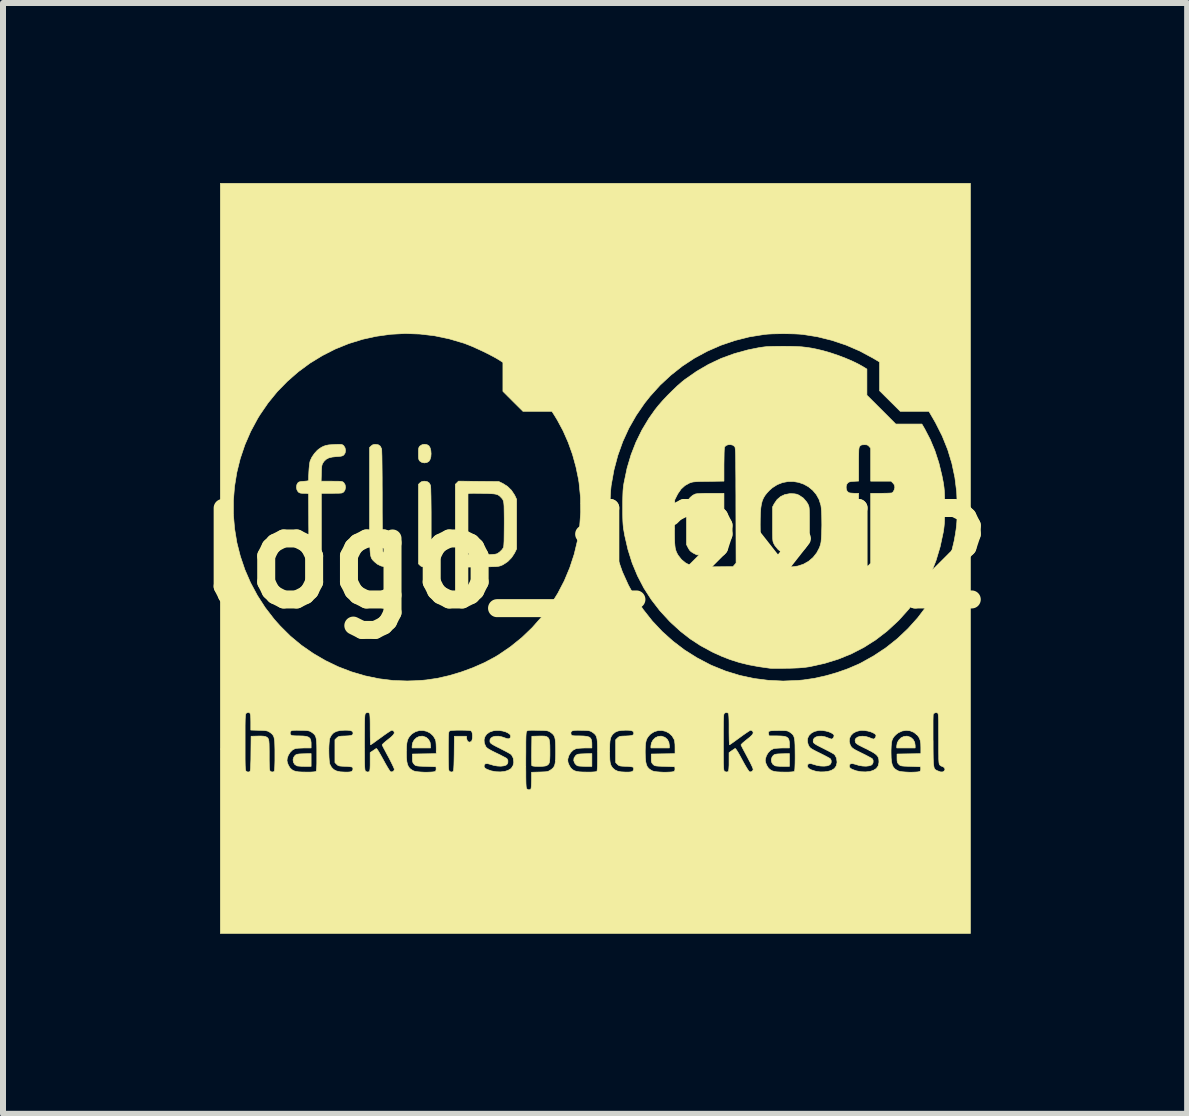
<source format=kicad_pcb>
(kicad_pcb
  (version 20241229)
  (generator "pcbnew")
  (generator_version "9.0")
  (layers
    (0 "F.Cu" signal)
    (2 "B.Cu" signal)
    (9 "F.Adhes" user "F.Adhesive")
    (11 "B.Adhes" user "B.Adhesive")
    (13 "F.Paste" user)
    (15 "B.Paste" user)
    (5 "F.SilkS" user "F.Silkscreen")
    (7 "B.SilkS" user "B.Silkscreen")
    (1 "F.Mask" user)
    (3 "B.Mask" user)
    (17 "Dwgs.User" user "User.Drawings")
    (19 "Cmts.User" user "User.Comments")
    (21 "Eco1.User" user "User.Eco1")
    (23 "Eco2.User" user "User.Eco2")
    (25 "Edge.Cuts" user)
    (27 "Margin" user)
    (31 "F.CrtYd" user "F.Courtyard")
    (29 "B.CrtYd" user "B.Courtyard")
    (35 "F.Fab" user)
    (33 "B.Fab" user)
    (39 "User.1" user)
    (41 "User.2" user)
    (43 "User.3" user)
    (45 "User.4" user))
  (footprint "logo_12x12"
    (layer "F.Cu")
    (at 6.865 6.249)
    (property "Reference" "logo_12x12" (at 0 0 0) (layer "F.SilkS") (effects (font (size 1.524 1.524) (thickness 0.3))))
    (attr through_hole)
    (fp_poly (pts (xy -2.868 2.969) (xy -2.815 2.987) (xy -2.775 3.022) (xy -2.749 3.069) (xy -2.741 3.122) (xy -2.741 3.164) (xy -3.048 3.164) (xy -3.048 3.131) (xy -3.039 3.078) (xy -3.014 3.032) (xy -2.976 2.995) (xy -2.93 2.973) (xy -2.88 2.967) (xy -2.868 2.969)) (stroke (width 0.01) (type solid)) (fill yes) (layer "F.SilkS"))
    (fp_poly (pts (xy 1.111 2.969) (xy 1.164 2.987) (xy 1.205 3.022) (xy 1.23 3.069) (xy 1.238 3.122) (xy 1.238 3.164) (xy 0.931 3.164) (xy 0.931 3.131) (xy 0.941 3.078) (xy 0.966 3.032) (xy 1.003 2.995) (xy 1.049 2.973) (xy 1.099 2.967) (xy 1.111 2.969)) (stroke (width 0.01) (type solid)) (fill yes) (layer "F.SilkS"))
    (fp_poly (pts (xy 5.207 2.969) (xy 5.26 2.987) (xy 5.3 3.022) (xy 5.326 3.069) (xy 5.334 3.122) (xy 5.334 3.164) (xy 5.027 3.164) (xy 5.027 3.131) (xy 5.036 3.078) (xy 5.062 3.032) (xy 5.099 2.995) (xy 5.145 2.973) (xy 5.195 2.967) (xy 5.207 2.969)) (stroke (width 0.01) (type solid)) (fill yes) (layer "F.SilkS"))
    (fp_poly (pts (xy -4.731 3.471) (xy -4.839 3.471) (xy -4.887 3.47) (xy -4.929 3.467) (xy -4.959 3.464) (xy -4.969 3.461) (xy -5.005 3.437) (xy -5.026 3.401) (xy -5.032 3.36) (xy -5.021 3.32) (xy -5.003 3.294) (xy -4.989 3.281) (xy -4.975 3.273) (xy -4.956 3.268) (xy -4.928 3.264) (xy -4.885 3.262) (xy -4.852 3.261) (xy -4.731 3.258) (xy -4.731 3.471)) (stroke (width 0.01) (type solid)) (fill yes) (layer "F.SilkS"))
    (fp_poly (pts (xy 3.239 3.471) (xy 3.13 3.471) (xy 3.082 3.47) (xy 3.04 3.467) (xy 3.011 3.464) (xy 3 3.461) (xy 2.964 3.437) (xy 2.943 3.401) (xy 2.937 3.36) (xy 2.948 3.32) (xy 2.966 3.294) (xy 2.98 3.281) (xy 2.994 3.273) (xy 3.013 3.268) (xy 3.042 3.264) (xy 3.084 3.262) (xy 3.117 3.261) (xy 3.239 3.258) (xy 3.239 3.471)) (stroke (width 0.01) (type solid)) (fill yes) (layer "F.SilkS"))
    (fp_poly (pts (xy -0.053 3.471) (xy -0.161 3.471) (xy -0.21 3.469) (xy -0.252 3.467) (xy -0.283 3.463) (xy -0.294 3.46) (xy -0.315 3.445) (xy -0.336 3.42) (xy -0.339 3.416) (xy -0.355 3.374) (xy -0.35 3.332) (xy -0.324 3.293) (xy -0.322 3.291) (xy -0.309 3.28) (xy -0.295 3.272) (xy -0.275 3.267) (xy -0.244 3.264) (xy -0.198 3.262) (xy -0.174 3.261) (xy -0.053 3.258) (xy -0.053 3.471)) (stroke (width 0.01) (type solid)) (fill yes) (layer "F.SilkS"))
    (fp_poly (pts (xy -2.799 -1.889) (xy -2.768 -1.87) (xy -2.748 -1.836) (xy -2.736 -1.79) (xy -2.732 -1.738) (xy -2.736 -1.686) (xy -2.75 -1.641) (xy -2.768 -1.613) (xy -2.802 -1.592) (xy -2.844 -1.586) (xy -2.885 -1.594) (xy -2.916 -1.613) (xy -2.928 -1.627) (xy -2.936 -1.643) (xy -2.94 -1.665) (xy -2.942 -1.698) (xy -2.942 -1.741) (xy -2.942 -1.789) (xy -2.94 -1.821) (xy -2.935 -1.841) (xy -2.927 -1.856) (xy -2.916 -1.868) (xy -2.882 -1.889) (xy -2.841 -1.896) (xy -2.799 -1.889)) (stroke (width 0.01) (type solid)) (fill yes) (layer "F.SilkS"))
    (fp_poly (pts (xy 2.148 -0.053) (xy 1.696 -0.053) (xy 1.639 -0.082) (xy 1.601 -0.106) (xy 1.575 -0.132) (xy 1.553 -0.168) (xy 1.524 -0.225) (xy 1.524 -0.559) (xy 1.524 -0.65) (xy 1.525 -0.733) (xy 1.527 -0.804) (xy 1.529 -0.863) (xy 1.531 -0.906) (xy 1.534 -0.931) (xy 1.535 -0.933) (xy 1.554 -0.972) (xy 1.587 -1.012) (xy 1.628 -1.046) (xy 1.669 -1.067) (xy 1.67 -1.067) (xy 1.698 -1.072) (xy 1.744 -1.075) (xy 1.808 -1.078) (xy 1.886 -1.079) (xy 1.93 -1.079) (xy 2.148 -1.079) (xy 2.148 -0.053)) (stroke (width 0.01) (type solid)) (fill yes) (layer "F.SilkS"))
    (fp_poly (pts (xy -0.839 2.967) (xy -0.805 2.976) (xy -0.781 2.993) (xy -0.765 3.021) (xy -0.757 3.063) (xy -0.753 3.12) (xy -0.752 3.195) (xy -0.752 3.217) (xy -0.752 3.29) (xy -0.754 3.344) (xy -0.757 3.384) (xy -0.763 3.412) (xy -0.773 3.431) (xy -0.787 3.445) (xy -0.806 3.457) (xy -0.812 3.46) (xy -0.833 3.465) (xy -0.868 3.469) (xy -0.91 3.471) (xy -0.955 3.471) (xy -0.996 3.47) (xy -1.03 3.466) (xy -1.05 3.461) (xy -1.054 3.458) (xy -1.055 3.444) (xy -1.056 3.412) (xy -1.056 3.365) (xy -1.057 3.307) (xy -1.056 3.24) (xy -1.056 3.207) (xy -1.053 2.969) (xy -0.948 2.966) (xy -0.886 2.965) (xy -0.839 2.967)) (stroke (width 0.01) (type solid)) (fill yes) (layer "F.SilkS"))
    (fp_poly (pts (xy -2.797 -1.274) (xy -2.764 -1.252) (xy -2.743 -1.215) (xy -2.742 -1.209) (xy -2.739 -1.19) (xy -2.737 -1.153) (xy -2.736 -1.099) (xy -2.734 -1.031) (xy -2.733 -0.951) (xy -2.732 -0.863) (xy -2.731 -0.767) (xy -2.731 -0.666) (xy -2.731 -0.563) (xy -2.731 -0.461) (xy -2.731 -0.361) (xy -2.732 -0.266) (xy -2.733 -0.178) (xy -2.734 -0.099) (xy -2.735 -0.033) (xy -2.737 0.019) (xy -2.739 0.054) (xy -2.741 0.069) (xy -2.758 0.111) (xy -2.787 0.137) (xy -2.831 0.148) (xy -2.843 0.148) (xy -2.881 0.144) (xy -2.908 0.13) (xy -2.916 0.122) (xy -2.942 0.096) (xy -2.942 -1.229) (xy -2.916 -1.255) (xy -2.89 -1.273) (xy -2.856 -1.28) (xy -2.844 -1.281) (xy -2.797 -1.274)) (stroke (width 0.01) (type solid)) (fill yes) (layer "F.SilkS"))
    (fp_poly (pts (xy 3.319 -1.071) (xy 3.356 -1.065) (xy 3.39 -1.052) (xy 3.403 -1.045) (xy 3.471 -0.999) (xy 3.525 -0.936) (xy 3.547 -0.9) (xy 3.554 -0.885) (xy 3.56 -0.87) (xy 3.565 -0.853) (xy 3.568 -0.831) (xy 3.57 -0.801) (xy 3.571 -0.76) (xy 3.572 -0.706) (xy 3.572 -0.635) (xy 3.572 -0.566) (xy 3.572 -0.28) (xy 3.543 -0.227) (xy 3.497 -0.16) (xy 3.434 -0.106) (xy 3.397 -0.084) (xy 3.355 -0.07) (xy 3.302 -0.06) (xy 3.247 -0.057) (xy 3.2 -0.06) (xy 3.191 -0.062) (xy 3.116 -0.093) (xy 3.052 -0.141) (xy 2.999 -0.205) (xy 2.983 -0.233) (xy 2.976 -0.248) (xy 2.97 -0.262) (xy 2.965 -0.279) (xy 2.962 -0.301) (xy 2.96 -0.331) (xy 2.959 -0.372) (xy 2.958 -0.427) (xy 2.958 -0.497) (xy 2.958 -0.566) (xy 2.958 -0.852) (xy 2.986 -0.906) (xy 3.033 -0.974) (xy 3.092 -1.025) (xy 3.162 -1.058) (xy 3.243 -1.073) (xy 3.27 -1.073) (xy 3.319 -1.071)) (stroke (width 0.01) (type solid)) (fill yes) (layer "F.SilkS"))
    (fp_poly (pts (xy -3.612 -1.888) (xy -3.58 -1.866) (xy -3.56 -1.828) (xy -3.555 -1.809) (xy -3.554 -1.791) (xy -3.553 -1.754) (xy -3.551 -1.699) (xy -3.55 -1.628) (xy -3.549 -1.543) (xy -3.548 -1.445) (xy -3.547 -1.336) (xy -3.547 -1.219) (xy -3.546 -1.094) (xy -3.546 -0.964) (xy -3.546 -0.944) (xy -3.546 -0.779) (xy -3.545 -0.631) (xy -3.544 -0.501) (xy -3.543 -0.387) (xy -3.542 -0.292) (xy -3.541 -0.216) (xy -3.539 -0.159) (xy -3.537 -0.123) (xy -3.535 -0.106) (xy -3.535 -0.106) (xy -3.52 -0.092) (xy -3.491 -0.075) (xy -3.466 -0.065) (xy -3.419 -0.046) (xy -3.388 -0.029) (xy -3.369 -0.012) (xy -3.357 0.01) (xy -3.354 0.017) (xy -3.348 0.064) (xy -3.36 0.102) (xy -3.389 0.13) (xy -3.432 0.145) (xy -3.465 0.148) (xy -3.509 0.143) (xy -3.557 0.134) (xy -3.572 0.129) (xy -3.628 0.101) (xy -3.674 0.063) (xy -3.688 0.049) (xy -3.701 0.036) (xy -3.712 0.023) (xy -3.721 0.009) (xy -3.729 -0.008) (xy -3.736 -0.03) (xy -3.741 -0.057) (xy -3.746 -0.091) (xy -3.749 -0.133) (xy -3.752 -0.185) (xy -3.754 -0.249) (xy -3.756 -0.325) (xy -3.756 -0.415) (xy -3.757 -0.521) (xy -3.757 -0.643) (xy -3.757 -0.784) (xy -3.757 -0.944) (xy -3.757 -0.971) (xy -3.757 -1.842) (xy -3.731 -1.868) (xy -3.705 -1.887) (xy -3.673 -1.894) (xy -3.658 -1.894) (xy -3.612 -1.888)) (stroke (width 0.01) (type solid)) (fill yes) (layer "F.SilkS"))
    (fp_poly (pts (xy -4.227 -1.893) (xy -4.21 -1.888) (xy -4.198 -1.881) (xy -4.186 -1.87) (xy -4.165 -1.835) (xy -4.158 -1.794) (xy -4.164 -1.752) (xy -4.184 -1.721) (xy -4.198 -1.709) (xy -4.217 -1.701) (xy -4.244 -1.696) (xy -4.286 -1.692) (xy -4.309 -1.691) (xy -4.381 -1.683) (xy -4.437 -1.669) (xy -4.479 -1.647) (xy -4.513 -1.615) (xy -4.527 -1.596) (xy -4.539 -1.576) (xy -4.547 -1.558) (xy -4.553 -1.535) (xy -4.556 -1.504) (xy -4.559 -1.46) (xy -4.56 -1.416) (xy -4.564 -1.281) (xy -4.387 -1.281) (xy -4.322 -1.28) (xy -4.275 -1.28) (xy -4.242 -1.278) (xy -4.22 -1.275) (xy -4.206 -1.271) (xy -4.195 -1.264) (xy -4.185 -1.255) (xy -4.164 -1.22) (xy -4.158 -1.178) (xy -4.166 -1.136) (xy -4.185 -1.105) (xy -4.196 -1.096) (xy -4.207 -1.089) (xy -4.222 -1.084) (xy -4.245 -1.082) (xy -4.279 -1.08) (xy -4.327 -1.08) (xy -4.386 -1.079) (xy -4.561 -1.079) (xy -4.561 0.096) (xy -4.587 0.122) (xy -4.622 0.143) (xy -4.665 0.149) (xy -4.708 0.141) (xy -4.738 0.123) (xy -4.768 0.097) (xy -4.77 -0.478) (xy -4.771 -0.587) (xy -4.771 -0.689) (xy -4.772 -0.783) (xy -4.772 -0.867) (xy -4.773 -0.939) (xy -4.773 -0.997) (xy -4.773 -1.038) (xy -4.773 -1.062) (xy -4.773 -1.066) (xy -4.781 -1.074) (xy -4.806 -1.078) (xy -4.848 -1.079) (xy -4.889 -1.08) (xy -4.915 -1.084) (xy -4.934 -1.093) (xy -4.948 -1.105) (xy -4.968 -1.139) (xy -4.975 -1.181) (xy -4.969 -1.222) (xy -4.954 -1.25) (xy -4.941 -1.263) (xy -4.922 -1.271) (xy -4.894 -1.276) (xy -4.854 -1.279) (xy -4.809 -1.283) (xy -4.781 -1.288) (xy -4.773 -1.295) (xy -4.772 -1.36) (xy -4.769 -1.428) (xy -4.765 -1.492) (xy -4.759 -1.549) (xy -4.753 -1.593) (xy -4.747 -1.619) (xy -4.718 -1.681) (xy -4.677 -1.741) (xy -4.63 -1.793) (xy -4.605 -1.814) (xy -4.563 -1.843) (xy -4.524 -1.863) (xy -4.483 -1.877) (xy -4.435 -1.886) (xy -4.374 -1.89) (xy -4.343 -1.892) (xy -4.288 -1.894) (xy -4.251 -1.894) (xy -4.227 -1.893)) (stroke (width 0.01) (type solid)) (fill yes) (layer "F.SilkS"))
    (fp_poly (pts (xy -1.939 -1.278) (xy -1.603 -1.275) (xy -1.533 -1.241) (xy -1.458 -1.193) (xy -1.393 -1.129) (xy -1.343 -1.054) (xy -1.335 -1.039) (xy -1.307 -0.979) (xy -1.307 -0.153) (xy -1.341 -0.083) (xy -1.39 -0.008) (xy -1.453 0.057) (xy -1.528 0.107) (xy -1.543 0.115) (xy -1.562 0.123) (xy -1.58 0.13) (xy -1.6 0.135) (xy -1.623 0.139) (xy -1.655 0.142) (xy -1.697 0.143) (xy -1.753 0.145) (xy -1.826 0.146) (xy -1.86 0.146) (xy -2.117 0.15) (xy -2.117 0.395) (xy -2.117 0.488) (xy -2.119 0.562) (xy -2.122 0.62) (xy -2.126 0.663) (xy -2.132 0.696) (xy -2.14 0.719) (xy -2.151 0.735) (xy -2.16 0.743) (xy -2.194 0.759) (xy -2.236 0.762) (xy -2.277 0.753) (xy -2.302 0.736) (xy -2.328 0.71) (xy -2.328 -0.556) (xy -2.117 -0.556) (xy -2.117 -0.456) (xy -2.117 -0.364) (xy -2.117 -0.279) (xy -2.117 -0.206) (xy -2.117 -0.145) (xy -2.117 -0.1) (xy -2.117 -0.071) (xy -2.117 -0.062) (xy -2.109 -0.058) (xy -2.085 -0.056) (xy -2.043 -0.054) (xy -1.983 -0.054) (xy -1.903 -0.055) (xy -1.886 -0.055) (xy -1.807 -0.056) (xy -1.746 -0.058) (xy -1.7 -0.061) (xy -1.667 -0.064) (xy -1.644 -0.069) (xy -1.628 -0.074) (xy -1.625 -0.076) (xy -1.586 -0.104) (xy -1.549 -0.141) (xy -1.525 -0.177) (xy -1.522 -0.194) (xy -1.519 -0.229) (xy -1.516 -0.284) (xy -1.515 -0.358) (xy -1.514 -0.453) (xy -1.513 -0.566) (xy -1.513 -0.667) (xy -1.514 -0.749) (xy -1.515 -0.814) (xy -1.516 -0.865) (xy -1.519 -0.904) (xy -1.523 -0.934) (xy -1.529 -0.956) (xy -1.536 -0.973) (xy -1.546 -0.988) (xy -1.558 -1.002) (xy -1.565 -1.009) (xy -1.584 -1.029) (xy -1.603 -1.044) (xy -1.624 -1.056) (xy -1.651 -1.064) (xy -1.686 -1.07) (xy -1.732 -1.073) (xy -1.793 -1.076) (xy -1.872 -1.077) (xy -1.886 -1.078) (xy -1.962 -1.079) (xy -2.019 -1.08) (xy -2.059 -1.079) (xy -2.087 -1.078) (xy -2.104 -1.076) (xy -2.113 -1.072) (xy -2.116 -1.067) (xy -2.117 -1.059) (xy -2.117 -1.044) (xy -2.117 -1.011) (xy -2.117 -0.96) (xy -2.117 -0.895) (xy -2.117 -0.818) (xy -2.117 -0.731) (xy -2.117 -0.635) (xy -2.117 -0.556) (xy -2.328 -0.556) (xy -2.328 -1.229) (xy -2.275 -1.282) (xy -1.939 -1.278)) (stroke (width 0.01) (type solid)) (fill yes) (layer "F.SilkS"))
    (fp_poly (pts (xy 3.258 -3.528) (xy 3.357 -3.525) (xy 3.444 -3.52) (xy 3.524 -3.511) (xy 3.603 -3.499) (xy 3.684 -3.483) (xy 3.773 -3.462) (xy 3.798 -3.456) (xy 3.923 -3.42) (xy 4.051 -3.377) (xy 4.176 -3.329) (xy 4.295 -3.278) (xy 4.402 -3.225) (xy 4.485 -3.177) (xy 4.53 -3.149) (xy 4.53 -2.931) (xy 4.53 -2.714) (xy 4.771 -2.474) (xy 5.011 -2.233) (xy 5.446 -2.233) (xy 5.494 -2.151) (xy 5.584 -1.978) (xy 5.663 -1.789) (xy 5.729 -1.586) (xy 5.781 -1.371) (xy 5.802 -1.264) (xy 5.809 -1.218) (xy 5.815 -1.175) (xy 5.819 -1.132) (xy 5.822 -1.083) (xy 5.824 -1.027) (xy 5.825 -0.958) (xy 5.825 -0.872) (xy 5.825 -0.847) (xy 5.825 -0.756) (xy 5.824 -0.683) (xy 5.823 -0.624) (xy 5.82 -0.574) (xy 5.816 -0.529) (xy 5.811 -0.487) (xy 5.804 -0.442) (xy 5.802 -0.429) (xy 5.75 -0.187) (xy 5.681 0.043) (xy 5.595 0.261) (xy 5.49 0.469) (xy 5.368 0.666) (xy 5.227 0.852) (xy 5.068 1.029) (xy 5.044 1.053) (xy 4.866 1.217) (xy 4.679 1.361) (xy 4.481 1.487) (xy 4.274 1.594) (xy 4.056 1.683) (xy 3.827 1.754) (xy 3.588 1.807) (xy 3.566 1.811) (xy 3.511 1.819) (xy 3.455 1.825) (xy 3.393 1.83) (xy 3.322 1.833) (xy 3.236 1.836) (xy 3.191 1.836) (xy 3.119 1.837) (xy 3.052 1.837) (xy 2.994 1.837) (xy 2.948 1.837) (xy 2.918 1.836) (xy 2.91 1.835) (xy 2.727 1.809) (xy 2.56 1.778) (xy 2.405 1.74) (xy 2.258 1.694) (xy 2.114 1.638) (xy 1.968 1.572) (xy 1.935 1.555) (xy 1.753 1.456) (xy 1.585 1.346) (xy 1.427 1.223) (xy 1.272 1.082) (xy 1.243 1.054) (xy 1.081 0.878) (xy 0.939 0.694) (xy 0.814 0.5) (xy 0.708 0.297) (xy 0.619 0.083) (xy 0.548 -0.143) (xy 0.493 -0.382) (xy 0.491 -0.394) (xy 1.324 -0.394) (xy 1.325 -0.319) (xy 1.327 -0.258) (xy 1.331 -0.209) (xy 1.336 -0.168) (xy 1.344 -0.135) (xy 1.354 -0.106) (xy 1.366 -0.08) (xy 1.381 -0.053) (xy 1.387 -0.043) (xy 1.441 0.025) (xy 1.509 0.081) (xy 1.587 0.121) (xy 1.645 0.137) (xy 1.666 0.14) (xy 1.706 0.142) (xy 1.761 0.143) (xy 1.827 0.144) (xy 1.902 0.145) (xy 1.982 0.145) (xy 1.993 0.145) (xy 2.298 0.143) (xy 2.324 0.113) (xy 2.35 0.083) (xy 2.348 -0.556) (xy 2.752 -0.556) (xy 2.753 -0.469) (xy 2.754 -0.4) (xy 2.756 -0.346) (xy 2.759 -0.304) (xy 2.763 -0.27) (xy 2.769 -0.242) (xy 2.771 -0.232) (xy 2.805 -0.14) (xy 2.857 -0.057) (xy 2.923 0.015) (xy 3.001 0.073) (xy 3.087 0.115) (xy 3.146 0.132) (xy 3.223 0.145) (xy 3.294 0.145) (xy 3.37 0.134) (xy 3.379 0.133) (xy 3.473 0.102) (xy 3.558 0.054) (xy 3.633 -0.01) (xy 3.694 -0.087) (xy 3.74 -0.174) (xy 3.759 -0.232) (xy 3.766 -0.27) (xy 3.771 -0.325) (xy 3.775 -0.392) (xy 3.777 -0.469) (xy 3.779 -0.55) (xy 3.778 -0.632) (xy 3.777 -0.71) (xy 3.774 -0.78) (xy 3.769 -0.838) (xy 3.763 -0.881) (xy 3.763 -0.881) (xy 3.733 -0.976) (xy 3.687 -1.059) (xy 3.628 -1.129) (xy 3.559 -1.186) (xy 4.184 -1.186) (xy 4.187 -1.147) (xy 4.201 -1.113) (xy 4.226 -1.091) (xy 4.23 -1.089) (xy 4.254 -1.084) (xy 4.291 -1.081) (xy 4.324 -1.079) (xy 4.392 -1.079) (xy 4.392 -0.494) (xy 4.392 -0.361) (xy 4.393 -0.248) (xy 4.393 -0.153) (xy 4.394 -0.075) (xy 4.395 -0.013) (xy 4.397 0.035) (xy 4.399 0.069) (xy 4.401 0.092) (xy 4.404 0.105) (xy 4.405 0.108) (xy 4.439 0.134) (xy 4.48 0.145) (xy 4.523 0.141) (xy 4.56 0.121) (xy 4.569 0.111) (xy 4.593 0.083) (xy 4.593 -1.079) (xy 4.762 -1.079) (xy 4.82 -1.08) (xy 4.872 -1.081) (xy 4.914 -1.083) (xy 4.94 -1.085) (xy 4.947 -1.086) (xy 4.967 -1.103) (xy 4.984 -1.134) (xy 4.994 -1.17) (xy 4.995 -1.186) (xy 4.986 -1.222) (xy 4.964 -1.25) (xy 4.933 -1.281) (xy 4.593 -1.281) (xy 4.593 -1.83) (xy 4.568 -1.859) (xy 4.549 -1.878) (xy 4.527 -1.887) (xy 4.495 -1.889) (xy 4.487 -1.889) (xy 4.452 -1.887) (xy 4.429 -1.88) (xy 4.412 -1.864) (xy 4.406 -1.855) (xy 4.401 -1.844) (xy 4.398 -1.827) (xy 4.395 -1.803) (xy 4.394 -1.769) (xy 4.393 -1.722) (xy 4.392 -1.659) (xy 4.392 -1.578) (xy 4.392 -1.561) (xy 4.392 -1.283) (xy 4.314 -1.279) (xy 4.265 -1.275) (xy 4.233 -1.267) (xy 4.213 -1.255) (xy 4.192 -1.225) (xy 4.184 -1.186) (xy 3.559 -1.186) (xy 3.558 -1.187) (xy 3.479 -1.231) (xy 3.394 -1.261) (xy 3.305 -1.276) (xy 3.214 -1.275) (xy 3.124 -1.258) (xy 3.037 -1.224) (xy 2.955 -1.172) (xy 2.905 -1.128) (xy 2.865 -1.085) (xy 2.832 -1.043) (xy 2.806 -1) (xy 2.786 -0.952) (xy 2.772 -0.898) (xy 2.762 -0.834) (xy 2.756 -0.756) (xy 2.753 -0.664) (xy 2.752 -0.556) (xy 2.348 -0.556) (xy 2.347 -0.878) (xy 2.347 -1.043) (xy 2.346 -1.187) (xy 2.346 -1.313) (xy 2.345 -1.422) (xy 2.344 -1.515) (xy 2.344 -1.594) (xy 2.343 -1.659) (xy 2.342 -1.712) (xy 2.341 -1.754) (xy 2.339 -1.787) (xy 2.337 -1.812) (xy 2.335 -1.83) (xy 2.333 -1.843) (xy 2.33 -1.852) (xy 2.327 -1.858) (xy 2.324 -1.861) (xy 2.294 -1.882) (xy 2.255 -1.891) (xy 2.215 -1.888) (xy 2.18 -1.874) (xy 2.159 -1.851) (xy 2.156 -1.836) (xy 2.153 -1.801) (xy 2.151 -1.752) (xy 2.15 -1.689) (xy 2.149 -1.617) (xy 2.148 -1.557) (xy 2.148 -1.282) (xy 1.892 -1.278) (xy 1.81 -1.277) (xy 1.747 -1.276) (xy 1.698 -1.274) (xy 1.661 -1.271) (xy 1.633 -1.268) (xy 1.611 -1.263) (xy 1.59 -1.256) (xy 1.575 -1.251) (xy 1.499 -1.209) (xy 1.434 -1.15) (xy 1.381 -1.074) (xy 1.368 -1.05) (xy 1.328 -0.97) (xy 1.325 -0.596) (xy 1.324 -0.486) (xy 1.324 -0.394) (xy 0.491 -0.394) (xy 0.485 -0.43) (xy 0.477 -0.476) (xy 0.471 -0.518) (xy 0.467 -0.562) (xy 0.464 -0.61) (xy 0.462 -0.666) (xy 0.461 -0.735) (xy 0.461 -0.82) (xy 0.461 -0.847) (xy 0.461 -0.937) (xy 0.462 -1.01) (xy 0.464 -1.069) (xy 0.466 -1.119) (xy 0.47 -1.163) (xy 0.475 -1.206) (xy 0.482 -1.25) (xy 0.485 -1.264) (xy 0.534 -1.499) (xy 0.6 -1.721) (xy 0.682 -1.931) (xy 0.781 -2.133) (xy 0.898 -2.328) (xy 0.999 -2.471) (xy 1.058 -2.545) (xy 1.129 -2.626) (xy 1.208 -2.71) (xy 1.291 -2.792) (xy 1.372 -2.87) (xy 1.449 -2.937) (xy 1.498 -2.976) (xy 1.693 -3.112) (xy 1.894 -3.229) (xy 2.102 -3.327) (xy 2.319 -3.406) (xy 2.548 -3.469) (xy 2.726 -3.505) (xy 2.772 -3.512) (xy 2.815 -3.518) (xy 2.859 -3.523) (xy 2.908 -3.525) (xy 2.965 -3.527) (xy 3.035 -3.528) (xy 3.121 -3.529) (xy 3.143 -3.529) (xy 3.258 -3.528)) (stroke (width 0.01) (type solid)) (fill yes) (layer "F.SilkS"))
    (fp_poly (pts (xy 6.255 6.255) (xy -6.244 6.255) (xy -6.244 3.069) (xy -5.831 3.069) (xy -5.831 3.182) (xy -5.831 3.275) (xy -5.831 3.351) (xy -5.83 3.411) (xy -5.829 3.458) (xy -5.827 3.493) (xy -5.825 3.517) (xy -5.822 3.534) (xy -5.819 3.544) (xy -5.815 3.55) (xy -5.789 3.565) (xy -5.762 3.563) (xy -5.748 3.552) (xy -5.744 3.536) (xy -5.74 3.499) (xy -5.738 3.442) (xy -5.735 3.363) (xy -5.734 3.265) (xy -5.734 3.254) (xy -5.731 2.969) (xy -5.626 2.966) (xy -5.569 2.965) (xy -5.523 2.968) (xy -5.493 2.974) (xy -5.49 2.975) (xy -5.472 2.983) (xy -5.458 2.993) (xy -5.447 3.007) (xy -5.439 3.027) (xy -5.434 3.056) (xy -5.431 3.097) (xy -5.43 3.153) (xy -5.429 3.225) (xy -5.429 3.282) (xy -5.429 3.364) (xy -5.428 3.426) (xy -5.427 3.472) (xy -5.425 3.506) (xy -5.422 3.528) (xy -5.418 3.542) (xy -5.413 3.55) (xy -5.413 3.55) (xy -5.386 3.565) (xy -5.359 3.562) (xy -5.347 3.554) (xy -5.342 3.543) (xy -5.339 3.517) (xy -5.337 3.477) (xy -5.335 3.419) (xy -5.334 3.374) (xy -5.133 3.374) (xy -5.126 3.409) (xy -5.11 3.45) (xy -5.088 3.488) (xy -5.077 3.502) (xy -5.052 3.525) (xy -5.023 3.543) (xy -4.987 3.554) (xy -4.941 3.562) (xy -4.881 3.565) (xy -4.815 3.566) (xy -4.744 3.566) (xy -4.693 3.563) (xy -4.662 3.559) (xy -4.648 3.554) (xy -4.644 3.543) (xy -4.641 3.517) (xy -4.638 3.477) (xy -4.636 3.419) (xy -4.636 3.343) (xy -4.636 3.278) (xy -4.636 3.192) (xy -4.436 3.192) (xy -4.435 3.257) (xy -4.433 3.32) (xy -4.429 3.374) (xy -4.424 3.416) (xy -4.418 3.437) (xy -4.391 3.487) (xy -4.354 3.524) (xy -4.307 3.548) (xy -4.245 3.562) (xy -4.168 3.566) (xy -4.116 3.566) (xy -4.081 3.563) (xy -4.06 3.557) (xy -4.049 3.55) (xy -4.034 3.524) (xy -4.035 3.498) (xy -4.045 3.484) (xy -4.061 3.479) (xy -4.093 3.475) (xy -4.135 3.471) (xy -4.167 3.47) (xy -4.216 3.468) (xy -4.25 3.465) (xy -4.272 3.46) (xy -4.288 3.452) (xy -4.302 3.439) (xy -4.305 3.437) (xy -4.334 3.407) (xy -4.334 3.069) (xy -3.842 3.069) (xy -3.842 3.182) (xy -3.841 3.275) (xy -3.841 3.351) (xy -3.84 3.411) (xy -3.839 3.458) (xy -3.837 3.493) (xy -3.835 3.517) (xy -3.832 3.534) (xy -3.829 3.544) (xy -3.825 3.55) (xy -3.799 3.565) (xy -3.771 3.562) (xy -3.759 3.554) (xy -3.753 3.538) (xy -3.749 3.504) (xy -3.747 3.45) (xy -3.747 3.391) (xy -3.747 3.241) (xy -3.702 3.211) (xy -3.674 3.192) (xy -3.652 3.177) (xy -3.645 3.173) (xy -3.636 3.179) (xy -3.618 3.204) (xy -3.592 3.247) (xy -3.558 3.307) (xy -3.528 3.361) (xy -3.496 3.42) (xy -3.466 3.472) (xy -3.44 3.515) (xy -3.42 3.545) (xy -3.407 3.561) (xy -3.406 3.562) (xy -3.378 3.562) (xy -3.355 3.547) (xy -3.344 3.523) (xy -3.344 3.52) (xy -3.349 3.504) (xy -3.363 3.472) (xy -3.384 3.428) (xy -3.41 3.376) (xy -3.44 3.318) (xy -3.444 3.311) (xy -3.475 3.254) (xy -3.482 3.24) (xy -3.143 3.24) (xy -3.142 3.324) (xy -3.136 3.39) (xy -3.125 3.44) (xy -3.107 3.479) (xy -3.082 3.509) (xy -3.048 3.533) (xy -3.022 3.547) (xy -2.994 3.555) (xy -2.952 3.561) (xy -2.902 3.565) (xy -2.846 3.568) (xy -2.791 3.568) (xy -2.739 3.566) (xy -2.697 3.563) (xy -2.667 3.557) (xy -2.657 3.551) (xy -2.649 3.53) (xy -2.648 3.506) (xy -2.651 3.477) (xy -2.818 3.471) (xy -2.88 3.469) (xy -2.926 3.467) (xy -2.957 3.464) (xy -2.978 3.46) (xy -2.993 3.454) (xy -3.004 3.446) (xy -3.013 3.437) (xy -3.029 3.418) (xy -3.038 3.399) (xy -3.042 3.372) (xy -3.043 3.336) (xy -3.043 3.265) (xy -2.844 3.262) (xy -2.646 3.259) (xy -2.646 3.213) (xy -2.445 3.213) (xy -2.445 3.217) (xy -2.445 3.309) (xy -2.444 3.382) (xy -2.443 3.438) (xy -2.442 3.48) (xy -2.44 3.51) (xy -2.437 3.53) (xy -2.433 3.542) (xy -2.428 3.55) (xy -2.428 3.55) (xy -2.402 3.565) (xy -2.376 3.563) (xy -2.362 3.552) (xy -2.357 3.536) (xy -2.354 3.499) (xy -2.351 3.442) (xy -2.349 3.363) (xy -2.347 3.265) (xy -2.347 3.254) (xy -2.344 2.969) (xy -2.143 2.969) (xy -2.14 3.006) (xy -2.13 3.041) (xy -2.111 3.062) (xy -2.087 3.068) (xy -2.061 3.054) (xy -2.059 3.053) (xy -2.049 3.031) (xy -2.048 3.028) (xy -1.849 3.028) (xy -1.845 3.083) (xy -1.821 3.14) (xy -1.821 3.14) (xy -1.808 3.156) (xy -1.789 3.172) (xy -1.76 3.19) (xy -1.718 3.213) (xy -1.66 3.242) (xy -1.643 3.25) (xy -1.589 3.276) (xy -1.541 3.301) (xy -1.502 3.321) (xy -1.476 3.336) (xy -1.468 3.342) (xy -1.453 3.369) (xy -1.452 3.403) (xy -1.461 3.429) (xy -1.483 3.45) (xy -1.521 3.462) (xy -1.57 3.468) (xy -1.627 3.465) (xy -1.687 3.455) (xy -1.742 3.438) (xy -1.79 3.425) (xy -1.824 3.426) (xy -1.843 3.442) (xy -1.846 3.449) (xy -1.848 3.478) (xy -1.831 3.502) (xy -1.801 3.52) (xy -1.732 3.545) (xy -1.655 3.56) (xy -1.577 3.563) (xy -1.504 3.555) (xy -1.448 3.537) (xy -1.399 3.507) (xy -1.369 3.465) (xy -1.355 3.411) (xy -1.355 3.394) (xy -1.359 3.365) (xy -1.154 3.365) (xy -1.154 3.478) (xy -1.153 3.571) (xy -1.153 3.647) (xy -1.152 3.708) (xy -1.151 3.754) (xy -1.149 3.789) (xy -1.147 3.814) (xy -1.144 3.83) (xy -1.141 3.841) (xy -1.137 3.846) (xy -1.11 3.861) (xy -1.083 3.859) (xy -1.071 3.85) (xy -1.065 3.833) (xy -1.061 3.795) (xy -1.059 3.738) (xy -1.058 3.703) (xy -1.058 3.569) (xy -0.923 3.565) (xy -0.866 3.563) (xy -0.826 3.561) (xy -0.797 3.557) (xy -0.776 3.551) (xy -0.758 3.541) (xy -0.743 3.532) (xy -0.715 3.512) (xy -0.694 3.491) (xy -0.679 3.467) (xy -0.668 3.435) (xy -0.661 3.393) (xy -0.66 3.374) (xy -0.455 3.374) (xy -0.449 3.409) (xy -0.432 3.45) (xy -0.41 3.488) (xy -0.399 3.502) (xy -0.374 3.525) (xy -0.345 3.543) (xy -0.31 3.554) (xy -0.263 3.562) (xy -0.203 3.565) (xy -0.137 3.566) (xy -0.066 3.566) (xy -0.015 3.563) (xy 0.016 3.559) (xy 0.03 3.554) (xy 0.034 3.543) (xy 0.037 3.517) (xy 0.04 3.477) (xy 0.041 3.419) (xy 0.042 3.343) (xy 0.042 3.278) (xy 0.042 3.217) (xy 0.243 3.217) (xy 0.244 3.295) (xy 0.246 3.355) (xy 0.251 3.401) (xy 0.259 3.436) (xy 0.271 3.464) (xy 0.287 3.488) (xy 0.299 3.502) (xy 0.334 3.531) (xy 0.377 3.551) (xy 0.432 3.562) (xy 0.503 3.566) (xy 0.51 3.566) (xy 0.562 3.566) (xy 0.596 3.563) (xy 0.618 3.557) (xy 0.629 3.55) (xy 0.644 3.524) (xy 0.642 3.498) (xy 0.632 3.484) (xy 0.617 3.479) (xy 0.585 3.475) (xy 0.543 3.471) (xy 0.511 3.47) (xy 0.461 3.468) (xy 0.428 3.465) (xy 0.406 3.46) (xy 0.39 3.452) (xy 0.376 3.439) (xy 0.373 3.437) (xy 0.344 3.407) (xy 0.344 3.24) (xy 0.836 3.24) (xy 0.838 3.324) (xy 0.844 3.39) (xy 0.855 3.44) (xy 0.872 3.479) (xy 0.898 3.509) (xy 0.932 3.533) (xy 0.958 3.547) (xy 0.985 3.555) (xy 1.027 3.561) (xy 1.078 3.565) (xy 1.133 3.568) (xy 1.189 3.568) (xy 1.24 3.566) (xy 1.283 3.563) (xy 1.312 3.557) (xy 1.322 3.551) (xy 1.331 3.53) (xy 1.332 3.506) (xy 1.328 3.477) (xy 1.162 3.471) (xy 1.099 3.469) (xy 1.054 3.467) (xy 1.022 3.464) (xy 1.001 3.46) (xy 0.987 3.454) (xy 0.975 3.446) (xy 0.966 3.437) (xy 0.95 3.418) (xy 0.941 3.399) (xy 0.937 3.372) (xy 0.937 3.336) (xy 0.937 3.265) (xy 1.135 3.262) (xy 1.333 3.259) (xy 1.333 3.159) (xy 1.332 3.103) (xy 1.328 3.069) (xy 2.138 3.069) (xy 2.138 3.182) (xy 2.138 3.275) (xy 2.139 3.351) (xy 2.139 3.411) (xy 2.141 3.458) (xy 2.142 3.493) (xy 2.145 3.517) (xy 2.147 3.534) (xy 2.151 3.544) (xy 2.154 3.55) (xy 2.181 3.565) (xy 2.209 3.562) (xy 2.22 3.554) (xy 2.226 3.538) (xy 2.23 3.504) (xy 2.233 3.45) (xy 2.233 3.392) (xy 2.233 3.242) (xy 2.278 3.21) (xy 2.306 3.191) (xy 2.328 3.176) (xy 2.335 3.172) (xy 2.344 3.179) (xy 2.361 3.203) (xy 2.386 3.243) (xy 2.417 3.298) (xy 2.451 3.361) (xy 2.483 3.42) (xy 2.513 3.472) (xy 2.539 3.515) (xy 2.56 3.545) (xy 2.572 3.561) (xy 2.574 3.562) (xy 2.601 3.562) (xy 2.624 3.547) (xy 2.635 3.523) (xy 2.635 3.52) (xy 2.63 3.504) (xy 2.617 3.472) (xy 2.596 3.428) (xy 2.57 3.376) (xy 2.568 3.374) (xy 2.836 3.374) (xy 2.843 3.409) (xy 2.859 3.45) (xy 2.882 3.488) (xy 2.892 3.502) (xy 2.918 3.525) (xy 2.946 3.543) (xy 2.982 3.554) (xy 3.028 3.562) (xy 3.088 3.565) (xy 3.154 3.566) (xy 3.225 3.566) (xy 3.276 3.563) (xy 3.308 3.559) (xy 3.321 3.554) (xy 3.325 3.543) (xy 3.329 3.517) (xy 3.331 3.477) (xy 3.333 3.419) (xy 3.334 3.343) (xy 3.334 3.278) (xy 3.333 3.187) (xy 3.332 3.114) (xy 3.329 3.058) (xy 3.329 3.056) (xy 3.538 3.056) (xy 3.553 3.112) (xy 3.558 3.122) (xy 3.568 3.14) (xy 3.579 3.155) (xy 3.595 3.169) (xy 3.619 3.185) (xy 3.653 3.204) (xy 3.7 3.228) (xy 3.743 3.249) (xy 3.797 3.276) (xy 3.846 3.301) (xy 3.885 3.322) (xy 3.911 3.337) (xy 3.92 3.343) (xy 3.934 3.368) (xy 3.936 3.401) (xy 3.926 3.429) (xy 3.904 3.449) (xy 3.867 3.462) (xy 3.817 3.467) (xy 3.76 3.465) (xy 3.7 3.455) (xy 3.643 3.438) (xy 3.596 3.424) (xy 3.563 3.426) (xy 3.543 3.442) (xy 3.54 3.45) (xy 3.541 3.48) (xy 3.562 3.506) (xy 3.604 3.529) (xy 3.666 3.549) (xy 3.695 3.556) (xy 3.754 3.563) (xy 3.819 3.562) (xy 3.881 3.554) (xy 3.933 3.54) (xy 3.939 3.537) (xy 3.988 3.507) (xy 4.018 3.465) (xy 4.032 3.411) (xy 4.032 3.394) (xy 4.024 3.333) (xy 3.999 3.285) (xy 3.983 3.268) (xy 3.967 3.258) (xy 3.936 3.24) (xy 3.893 3.217) (xy 3.842 3.191) (xy 3.803 3.171) (xy 3.743 3.141) (xy 3.699 3.118) (xy 3.67 3.1) (xy 3.651 3.086) (xy 3.64 3.074) (xy 3.636 3.064) (xy 3.636 3.056) (xy 4.236 3.056) (xy 4.251 3.112) (xy 4.256 3.122) (xy 4.266 3.14) (xy 4.278 3.155) (xy 4.294 3.169) (xy 4.317 3.185) (xy 4.351 3.204) (xy 4.399 3.228) (xy 4.441 3.249) (xy 4.496 3.276) (xy 4.544 3.301) (xy 4.583 3.322) (xy 4.61 3.337) (xy 4.619 3.343) (xy 4.633 3.368) (xy 4.634 3.401) (xy 4.625 3.429) (xy 4.603 3.45) (xy 4.565 3.462) (xy 4.515 3.468) (xy 4.458 3.465) (xy 4.398 3.455) (xy 4.343 3.438) (xy 4.295 3.425) (xy 4.262 3.426) (xy 4.242 3.442) (xy 4.239 3.449) (xy 4.237 3.478) (xy 4.254 3.502) (xy 4.284 3.52) (xy 4.353 3.545) (xy 4.43 3.56) (xy 4.508 3.563) (xy 4.582 3.555) (xy 4.638 3.537) (xy 4.686 3.507) (xy 4.717 3.465) (xy 4.73 3.411) (xy 4.731 3.394) (xy 4.729 3.357) (xy 4.721 3.326) (xy 4.707 3.299) (xy 4.682 3.273) (xy 4.645 3.246) (xy 4.645 3.246) (xy 4.932 3.246) (xy 4.934 3.329) (xy 4.94 3.394) (xy 4.952 3.444) (xy 4.97 3.483) (xy 4.997 3.513) (xy 5.033 3.537) (xy 5.054 3.547) (xy 5.081 3.555) (xy 5.123 3.561) (xy 5.173 3.565) (xy 5.229 3.568) (xy 5.284 3.568) (xy 5.336 3.566) (xy 5.378 3.563) (xy 5.408 3.557) (xy 5.418 3.551) (xy 5.426 3.53) (xy 5.427 3.506) (xy 5.424 3.477) (xy 5.257 3.471) (xy 5.195 3.469) (xy 5.149 3.467) (xy 5.118 3.464) (xy 5.097 3.46) (xy 5.083 3.454) (xy 5.071 3.446) (xy 5.062 3.437) (xy 5.046 3.418) (xy 5.037 3.399) (xy 5.033 3.372) (xy 5.032 3.336) (xy 5.032 3.265) (xy 5.231 3.262) (xy 5.429 3.259) (xy 5.429 3.159) (xy 5.427 3.09) (xy 5.418 3.037) (xy 5.402 2.995) (xy 5.376 2.958) (xy 5.368 2.949) (xy 5.312 2.904) (xy 5.249 2.878) (xy 5.183 2.871) (xy 5.116 2.882) (xy 5.052 2.912) (xy 5.017 2.939) (xy 4.988 2.968) (xy 4.966 2.998) (xy 4.95 3.032) (xy 4.94 3.075) (xy 4.935 3.13) (xy 4.932 3.2) (xy 4.932 3.246) (xy 4.645 3.246) (xy 4.594 3.217) (xy 4.527 3.182) (xy 4.491 3.165) (xy 4.433 3.136) (xy 4.392 3.115) (xy 4.365 3.097) (xy 4.348 3.083) (xy 4.339 3.069) (xy 4.338 3.068) (xy 4.333 3.033) (xy 4.345 3.006) (xy 4.372 2.985) (xy 4.41 2.972) (xy 4.457 2.968) (xy 4.51 2.973) (xy 4.566 2.989) (xy 4.581 2.996) (xy 4.611 3.008) (xy 4.635 3.015) (xy 4.642 3.016) (xy 4.66 3.007) (xy 4.675 2.986) (xy 4.682 2.961) (xy 4.681 2.952) (xy 4.666 2.932) (xy 4.634 2.912) (xy 4.591 2.894) (xy 4.54 2.881) (xy 4.488 2.873) (xy 4.437 2.871) (xy 4.42 2.873) (xy 4.354 2.889) (xy 4.301 2.918) (xy 4.263 2.957) (xy 4.241 3.004) (xy 4.236 3.056) (xy 3.636 3.056) (xy 3.636 3.028) (xy 3.653 3) (xy 3.684 2.98) (xy 3.726 2.969) (xy 3.777 2.968) (xy 3.832 2.978) (xy 3.882 2.996) (xy 3.913 3.008) (xy 3.936 3.015) (xy 3.943 3.016) (xy 3.961 3.007) (xy 3.977 2.986) (xy 3.983 2.961) (xy 3.982 2.952) (xy 3.967 2.932) (xy 3.935 2.912) (xy 3.892 2.894) (xy 3.842 2.881) (xy 3.789 2.873) (xy 3.739 2.871) (xy 3.722 2.873) (xy 3.655 2.889) (xy 3.603 2.918) (xy 3.564 2.957) (xy 3.542 3.004) (xy 3.538 3.056) (xy 3.329 3.056) (xy 3.324 3.014) (xy 3.316 2.981) (xy 3.305 2.956) (xy 3.29 2.936) (xy 3.269 2.918) (xy 3.247 2.902) (xy 3.229 2.891) (xy 3.212 2.883) (xy 3.192 2.878) (xy 3.165 2.875) (xy 3.126 2.874) (xy 3.072 2.873) (xy 3.055 2.873) (xy 2.99 2.874) (xy 2.944 2.876) (xy 2.913 2.881) (xy 2.896 2.89) (xy 2.889 2.904) (xy 2.891 2.924) (xy 2.893 2.935) (xy 2.9 2.963) (xy 3.028 2.963) (xy 3.1 2.965) (xy 3.154 2.97) (xy 3.192 2.982) (xy 3.217 3.001) (xy 3.231 3.029) (xy 3.238 3.068) (xy 3.239 3.1) (xy 3.239 3.164) (xy 3.126 3.164) (xy 3.074 3.166) (xy 3.026 3.169) (xy 2.988 3.173) (xy 2.972 3.177) (xy 2.926 3.201) (xy 2.886 3.241) (xy 2.856 3.291) (xy 2.839 3.346) (xy 2.836 3.374) (xy 2.568 3.374) (xy 2.539 3.318) (xy 2.535 3.311) (xy 2.505 3.254) (xy 2.477 3.202) (xy 2.455 3.16) (xy 2.44 3.129) (xy 2.432 3.114) (xy 2.432 3.113) (xy 2.439 3.103) (xy 2.459 3.082) (xy 2.491 3.055) (xy 2.529 3.024) (xy 2.529 3.024) (xy 2.579 2.984) (xy 2.613 2.952) (xy 2.631 2.927) (xy 2.635 2.906) (xy 2.627 2.887) (xy 2.624 2.883) (xy 2.605 2.87) (xy 2.594 2.868) (xy 2.58 2.874) (xy 2.553 2.891) (xy 2.514 2.917) (xy 2.468 2.949) (xy 2.416 2.987) (xy 2.413 2.989) (xy 2.361 3.027) (xy 2.316 3.06) (xy 2.279 3.086) (xy 2.253 3.104) (xy 2.241 3.111) (xy 2.241 3.111) (xy 2.239 3.101) (xy 2.237 3.073) (xy 2.235 3.029) (xy 2.234 2.973) (xy 2.233 2.907) (xy 2.233 2.854) (xy 2.233 2.847) (xy 5.632 2.847) (xy 5.632 2.933) (xy 5.632 3.024) (xy 5.633 3.053) (xy 5.633 3.164) (xy 5.634 3.255) (xy 5.635 3.329) (xy 5.637 3.388) (xy 5.64 3.433) (xy 5.645 3.468) (xy 5.65 3.493) (xy 5.658 3.511) (xy 5.668 3.523) (xy 5.681 3.532) (xy 5.696 3.54) (xy 5.71 3.546) (xy 5.756 3.563) (xy 5.79 3.564) (xy 5.815 3.55) (xy 5.828 3.53) (xy 5.831 3.519) (xy 5.823 3.498) (xy 5.803 3.479) (xy 5.783 3.471) (xy 5.765 3.464) (xy 5.747 3.45) (xy 5.741 3.444) (xy 5.737 3.436) (xy 5.734 3.425) (xy 5.731 3.407) (xy 5.729 3.382) (xy 5.727 3.347) (xy 5.727 3.3) (xy 5.726 3.238) (xy 5.726 3.161) (xy 5.726 3.066) (xy 5.726 3.012) (xy 5.725 2.905) (xy 5.725 2.818) (xy 5.725 2.748) (xy 5.724 2.693) (xy 5.722 2.651) (xy 5.72 2.622) (xy 5.718 2.602) (xy 5.714 2.589) (xy 5.71 2.583) (xy 5.71 2.582) (xy 5.685 2.574) (xy 5.659 2.58) (xy 5.639 2.597) (xy 5.635 2.606) (xy 5.634 2.622) (xy 5.633 2.656) (xy 5.632 2.707) (xy 5.632 2.771) (xy 5.632 2.847) (xy 2.233 2.847) (xy 2.233 2.765) (xy 2.232 2.696) (xy 2.23 2.645) (xy 2.227 2.61) (xy 2.223 2.59) (xy 2.22 2.584) (xy 2.195 2.573) (xy 2.167 2.579) (xy 2.154 2.588) (xy 2.15 2.594) (xy 2.147 2.605) (xy 2.144 2.622) (xy 2.142 2.647) (xy 2.141 2.682) (xy 2.139 2.729) (xy 2.139 2.79) (xy 2.138 2.867) (xy 2.138 2.961) (xy 2.138 3.069) (xy 1.328 3.069) (xy 1.327 3.056) (xy 1.32 3.025) (xy 1.319 3.024) (xy 1.284 2.964) (xy 1.236 2.919) (xy 1.179 2.888) (xy 1.116 2.873) (xy 1.052 2.874) (xy 0.989 2.892) (xy 0.932 2.927) (xy 0.913 2.944) (xy 0.886 2.975) (xy 0.866 3.006) (xy 0.852 3.041) (xy 0.843 3.084) (xy 0.838 3.138) (xy 0.836 3.209) (xy 0.836 3.24) (xy 0.344 3.24) (xy 0.344 3.027) (xy 0.373 2.998) (xy 0.388 2.985) (xy 0.403 2.976) (xy 0.424 2.97) (xy 0.455 2.967) (xy 0.502 2.965) (xy 0.511 2.965) (xy 0.568 2.962) (xy 0.606 2.957) (xy 0.63 2.949) (xy 0.642 2.937) (xy 0.646 2.92) (xy 0.641 2.898) (xy 0.627 2.883) (xy 0.6 2.874) (xy 0.557 2.869) (xy 0.51 2.868) (xy 0.437 2.872) (xy 0.381 2.882) (xy 0.337 2.901) (xy 0.302 2.93) (xy 0.299 2.933) (xy 0.28 2.957) (xy 0.266 2.982) (xy 0.256 3.012) (xy 0.249 3.051) (xy 0.245 3.103) (xy 0.244 3.169) (xy 0.243 3.217) (xy 0.042 3.217) (xy 0.042 3.187) (xy 0.041 3.114) (xy 0.038 3.058) (xy 0.033 3.014) (xy 0.025 2.981) (xy 0.014 2.956) (xy -0.002 2.936) (xy -0.022 2.918) (xy -0.044 2.902) (xy -0.064 2.89) (xy -0.083 2.882) (xy -0.106 2.876) (xy -0.137 2.873) (xy -0.181 2.871) (xy -0.223 2.87) (xy -0.291 2.869) (xy -0.34 2.871) (xy -0.373 2.877) (xy -0.393 2.887) (xy -0.401 2.901) (xy -0.402 2.91) (xy -0.401 2.932) (xy -0.396 2.946) (xy -0.383 2.956) (xy -0.359 2.961) (xy -0.321 2.963) (xy -0.265 2.963) (xy -0.263 2.963) (xy -0.191 2.965) (xy -0.137 2.971) (xy -0.099 2.982) (xy -0.074 3.001) (xy -0.06 3.03) (xy -0.054 3.069) (xy -0.053 3.1) (xy -0.053 3.164) (xy -0.165 3.164) (xy -0.217 3.166) (xy -0.265 3.169) (xy -0.304 3.173) (xy -0.319 3.177) (xy -0.366 3.201) (xy -0.406 3.241) (xy -0.436 3.291) (xy -0.453 3.346) (xy -0.455 3.374) (xy -0.66 3.374) (xy -0.658 3.338) (xy -0.656 3.266) (xy -0.656 3.217) (xy -0.657 3.135) (xy -0.659 3.071) (xy -0.664 3.022) (xy -0.672 2.985) (xy -0.685 2.957) (xy -0.703 2.934) (xy -0.727 2.914) (xy -0.743 2.902) (xy -0.76 2.891) (xy -0.777 2.884) (xy -0.797 2.878) (xy -0.823 2.875) (xy -0.86 2.872) (xy -0.913 2.871) (xy -0.953 2.87) (xy -1.017 2.869) (xy -1.063 2.869) (xy -1.095 2.87) (xy -1.116 2.873) (xy -1.129 2.878) (xy -1.136 2.884) (xy -1.14 2.89) (xy -1.144 2.899) (xy -1.147 2.914) (xy -1.149 2.937) (xy -1.151 2.969) (xy -1.152 3.013) (xy -1.153 3.069) (xy -1.153 3.141) (xy -1.153 3.229) (xy -1.154 3.337) (xy -1.154 3.365) (xy -1.359 3.365) (xy -1.363 3.333) (xy -1.388 3.285) (xy -1.404 3.268) (xy -1.42 3.258) (xy -1.451 3.24) (xy -1.494 3.217) (xy -1.545 3.191) (xy -1.583 3.171) (xy -1.644 3.141) (xy -1.687 3.118) (xy -1.717 3.1) (xy -1.736 3.086) (xy -1.746 3.074) (xy -1.751 3.064) (xy -1.751 3.028) (xy -1.734 2.999) (xy -1.703 2.979) (xy -1.661 2.969) (xy -1.61 2.968) (xy -1.553 2.979) (xy -1.503 2.996) (xy -1.463 3.01) (xy -1.436 3.011) (xy -1.417 2.999) (xy -1.409 2.986) (xy -1.405 2.961) (xy -1.419 2.937) (xy -1.449 2.915) (xy -1.489 2.896) (xy -1.538 2.882) (xy -1.591 2.873) (xy -1.646 2.872) (xy -1.695 2.878) (xy -1.756 2.899) (xy -1.804 2.933) (xy -1.835 2.977) (xy -1.849 3.028) (xy -2.048 3.028) (xy -2.043 2.996) (xy -2.042 2.956) (xy -2.046 2.918) (xy -2.055 2.891) (xy -2.059 2.885) (xy -2.069 2.878) (xy -2.086 2.874) (xy -2.113 2.871) (xy -2.153 2.869) (xy -2.209 2.868) (xy -2.244 2.868) (xy -2.309 2.868) (xy -2.357 2.87) (xy -2.39 2.872) (xy -2.411 2.876) (xy -2.424 2.881) (xy -2.428 2.885) (xy -2.433 2.892) (xy -2.437 2.904) (xy -2.44 2.924) (xy -2.442 2.953) (xy -2.443 2.995) (xy -2.444 3.05) (xy -2.445 3.122) (xy -2.445 3.213) (xy -2.646 3.213) (xy -2.646 3.159) (xy -2.648 3.103) (xy -2.652 3.056) (xy -2.659 3.025) (xy -2.66 3.024) (xy -2.695 2.964) (xy -2.743 2.919) (xy -2.801 2.888) (xy -2.863 2.873) (xy -2.927 2.874) (xy -2.99 2.892) (xy -3.048 2.927) (xy -3.066 2.944) (xy -3.093 2.975) (xy -3.113 3.006) (xy -3.127 3.041) (xy -3.136 3.084) (xy -3.141 3.138) (xy -3.143 3.209) (xy -3.143 3.24) (xy -3.482 3.24) (xy -3.502 3.202) (xy -3.525 3.16) (xy -3.54 3.129) (xy -3.547 3.114) (xy -3.547 3.113) (xy -3.541 3.103) (xy -3.52 3.082) (xy -3.489 3.055) (xy -3.45 3.024) (xy -3.45 3.024) (xy -3.4 2.984) (xy -3.367 2.952) (xy -3.349 2.927) (xy -3.345 2.906) (xy -3.353 2.887) (xy -3.355 2.883) (xy -3.375 2.87) (xy -3.386 2.868) (xy -3.399 2.874) (xy -3.427 2.891) (xy -3.466 2.917) (xy -3.512 2.949) (xy -3.564 2.987) (xy -3.568 2.99) (xy -3.62 3.027) (xy -3.665 3.06) (xy -3.702 3.087) (xy -3.728 3.104) (xy -3.74 3.111) (xy -3.74 3.111) (xy -3.742 3.101) (xy -3.743 3.073) (xy -3.745 3.029) (xy -3.746 2.973) (xy -3.746 2.907) (xy -3.747 2.854) (xy -3.747 2.765) (xy -3.748 2.696) (xy -3.75 2.645) (xy -3.753 2.61) (xy -3.756 2.59) (xy -3.759 2.584) (xy -3.784 2.573) (xy -3.812 2.579) (xy -3.825 2.588) (xy -3.829 2.594) (xy -3.832 2.605) (xy -3.835 2.622) (xy -3.837 2.647) (xy -3.839 2.682) (xy -3.84 2.729) (xy -3.841 2.79) (xy -3.841 2.867) (xy -3.842 2.961) (xy -3.842 3.069) (xy -4.334 3.069) (xy -4.334 3.027) (xy -4.305 2.998) (xy -4.29 2.985) (xy -4.275 2.976) (xy -4.254 2.97) (xy -4.223 2.967) (xy -4.176 2.965) (xy -4.167 2.965) (xy -4.11 2.962) (xy -4.071 2.957) (xy -4.048 2.949) (xy -4.036 2.937) (xy -4.032 2.92) (xy -4.036 2.898) (xy -4.051 2.883) (xy -4.078 2.874) (xy -4.121 2.869) (xy -4.168 2.868) (xy -4.246 2.873) (xy -4.308 2.887) (xy -4.355 2.911) (xy -4.391 2.948) (xy -4.418 2.998) (xy -4.425 3.027) (xy -4.43 3.072) (xy -4.434 3.129) (xy -4.436 3.192) (xy -4.636 3.192) (xy -4.636 3.187) (xy -4.637 3.114) (xy -4.64 3.058) (xy -4.645 3.014) (xy -4.653 2.981) (xy -4.664 2.956) (xy -4.68 2.936) (xy -4.7 2.918) (xy -4.722 2.902) (xy -4.741 2.891) (xy -4.76 2.882) (xy -4.782 2.877) (xy -4.812 2.873) (xy -4.854 2.871) (xy -4.908 2.87) (xy -4.972 2.869) (xy -5.019 2.87) (xy -5.05 2.874) (xy -5.068 2.883) (xy -5.077 2.895) (xy -5.08 2.914) (xy -5.08 2.915) (xy -5.078 2.934) (xy -5.068 2.948) (xy -5.049 2.957) (xy -5.017 2.961) (xy -4.968 2.963) (xy -4.934 2.963) (xy -4.863 2.965) (xy -4.811 2.971) (xy -4.774 2.984) (xy -4.75 3.004) (xy -4.737 3.034) (xy -4.731 3.076) (xy -4.731 3.1) (xy -4.731 3.164) (xy -4.845 3.164) (xy -4.896 3.166) (xy -4.944 3.168) (xy -4.981 3.172) (xy -4.997 3.175) (xy -5.04 3.197) (xy -5.079 3.235) (xy -5.11 3.283) (xy -5.129 3.337) (xy -5.133 3.374) (xy -5.334 3.374) (xy -5.334 3.343) (xy -5.334 3.278) (xy -5.334 3.187) (xy -5.336 3.114) (xy -5.338 3.058) (xy -5.344 3.014) (xy -5.351 2.981) (xy -5.363 2.956) (xy -5.378 2.936) (xy -5.398 2.918) (xy -5.421 2.902) (xy -5.44 2.89) (xy -5.459 2.882) (xy -5.482 2.877) (xy -5.513 2.873) (xy -5.557 2.871) (xy -5.6 2.87) (xy -5.736 2.866) (xy -5.736 2.732) (xy -5.737 2.67) (xy -5.739 2.626) (xy -5.745 2.597) (xy -5.754 2.58) (xy -5.767 2.573) (xy -5.78 2.572) (xy -5.802 2.579) (xy -5.815 2.588) (xy -5.819 2.594) (xy -5.822 2.605) (xy -5.825 2.622) (xy -5.827 2.647) (xy -5.829 2.682) (xy -5.83 2.729) (xy -5.831 2.79) (xy -5.831 2.867) (xy -5.831 2.961) (xy -5.831 3.069) (xy -6.244 3.069) (xy -6.244 -0.958) (xy -6.026 -0.958) (xy -6.026 -0.723) (xy -6.006 -0.489) (xy -5.968 -0.257) (xy -5.91 -0.029) (xy -5.834 0.195) (xy -5.739 0.413) (xy -5.626 0.624) (xy -5.495 0.827) (xy -5.345 1.021) (xy -5.246 1.132) (xy -5.077 1.3) (xy -4.894 1.452) (xy -4.698 1.588) (xy -4.493 1.708) (xy -4.279 1.811) (xy -4.057 1.896) (xy -3.83 1.963) (xy -3.598 2.011) (xy -3.364 2.04) (xy -3.129 2.048) (xy -3.069 2.046) (xy -3.003 2.044) (xy -2.934 2.04) (xy -2.87 2.036) (xy -2.819 2.031) (xy -2.815 2.031) (xy -2.625 2.003) (xy -2.429 1.958) (xy -2.231 1.899) (xy -2.035 1.827) (xy -1.846 1.744) (xy -1.669 1.65) (xy -1.609 1.614) (xy -1.407 1.476) (xy -1.219 1.324) (xy -1.046 1.158) (xy -0.888 0.979) (xy -0.746 0.789) (xy -0.621 0.588) (xy -0.512 0.379) (xy -0.421 0.161) (xy -0.347 -0.064) (xy -0.292 -0.294) (xy -0.256 -0.529) (xy -0.239 -0.768) (xy -0.24 -0.802) (xy 0.251 -0.802) (xy 0.253 -0.692) (xy 0.258 -0.59) (xy 0.267 -0.502) (xy 0.269 -0.487) (xy 0.312 -0.24) (xy 0.375 -0.001) (xy 0.456 0.23) (xy 0.556 0.451) (xy 0.672 0.662) (xy 0.806 0.862) (xy 0.955 1.05) (xy 1.119 1.224) (xy 1.299 1.385) (xy 1.492 1.532) (xy 1.699 1.662) (xy 1.918 1.777) (xy 1.946 1.79) (xy 2.173 1.882) (xy 2.406 1.954) (xy 2.645 2.006) (xy 2.888 2.037) (xy 3.134 2.049) (xy 3.383 2.039) (xy 3.471 2.031) (xy 3.654 2.004) (xy 3.843 1.962) (xy 4.032 1.908) (xy 4.216 1.843) (xy 4.388 1.769) (xy 4.427 1.75) (xy 4.644 1.629) (xy 4.849 1.493) (xy 5.04 1.341) (xy 5.216 1.174) (xy 5.377 0.995) (xy 5.523 0.802) (xy 5.652 0.598) (xy 5.764 0.384) (xy 5.858 0.159) (xy 5.933 -0.074) (xy 5.984 -0.286) (xy 6.002 -0.386) (xy 6.016 -0.477) (xy 6.026 -0.564) (xy 6.032 -0.655) (xy 6.035 -0.756) (xy 6.036 -0.852) (xy 6.026 -1.101) (xy 5.996 -1.342) (xy 5.946 -1.578) (xy 5.876 -1.808) (xy 5.785 -2.034) (xy 5.673 -2.256) (xy 5.627 -2.336) (xy 5.563 -2.445) (xy 5.086 -2.445) (xy 4.913 -2.617) (xy 4.741 -2.788) (xy 4.741 -3.267) (xy 4.633 -3.331) (xy 4.412 -3.45) (xy 4.183 -3.549) (xy 3.947 -3.628) (xy 3.705 -3.688) (xy 3.461 -3.727) (xy 3.398 -3.732) (xy 3.319 -3.736) (xy 3.231 -3.738) (xy 3.138 -3.739) (xy 3.045 -3.738) (xy 2.957 -3.736) (xy 2.881 -3.732) (xy 2.82 -3.726) (xy 2.571 -3.686) (xy 2.33 -3.625) (xy 2.097 -3.546) (xy 1.873 -3.448) (xy 1.659 -3.333) (xy 1.455 -3.199) (xy 1.264 -3.048) (xy 1.084 -2.881) (xy 0.918 -2.697) (xy 0.824 -2.579) (xy 0.685 -2.376) (xy 0.564 -2.164) (xy 0.462 -1.941) (xy 0.379 -1.709) (xy 0.315 -1.468) (xy 0.27 -1.218) (xy 0.268 -1.206) (xy 0.26 -1.122) (xy 0.254 -1.023) (xy 0.251 -0.914) (xy 0.251 -0.802) (xy -0.24 -0.802) (xy -0.242 -1.009) (xy -0.266 -1.251) (xy -0.275 -1.312) (xy -0.318 -1.519) (xy -0.375 -1.726) (xy -0.447 -1.927) (xy -0.532 -2.12) (xy -0.628 -2.299) (xy -0.673 -2.373) (xy -0.719 -2.445) (xy -1.201 -2.445) (xy -1.368 -2.611) (xy -1.535 -2.778) (xy -1.535 -3.26) (xy -1.601 -3.303) (xy -1.653 -3.334) (xy -1.72 -3.37) (xy -1.797 -3.41) (xy -1.881 -3.451) (xy -1.966 -3.49) (xy -2.048 -3.527) (xy -2.123 -3.557) (xy -2.185 -3.581) (xy -2.187 -3.581) (xy -2.43 -3.653) (xy -2.673 -3.704) (xy -2.917 -3.733) (xy -3.161 -3.742) (xy -3.405 -3.729) (xy -3.648 -3.695) (xy -3.871 -3.646) (xy -4.104 -3.574) (xy -4.329 -3.483) (xy -4.545 -3.373) (xy -4.751 -3.247) (xy -4.945 -3.104) (xy -5.127 -2.945) (xy -5.296 -2.772) (xy -5.449 -2.584) (xy -5.586 -2.384) (xy -5.621 -2.327) (xy -5.738 -2.11) (xy -5.835 -1.886) (xy -5.912 -1.658) (xy -5.969 -1.427) (xy -6.007 -1.193) (xy -6.026 -0.958) (xy -6.244 -0.958) (xy -6.244 -6.244) (xy 6.255 -6.244) (xy 6.255 6.255)) (stroke (width 0.01) (type solid)) (fill yes) (layer "F.SilkS")))
  (gr_rect
    (start -3 -3)
    (end 16.731 15.509)
    (stroke (width 0.1) (type default))
    (fill no)
    (layer "Edge.Cuts")))
</source>
